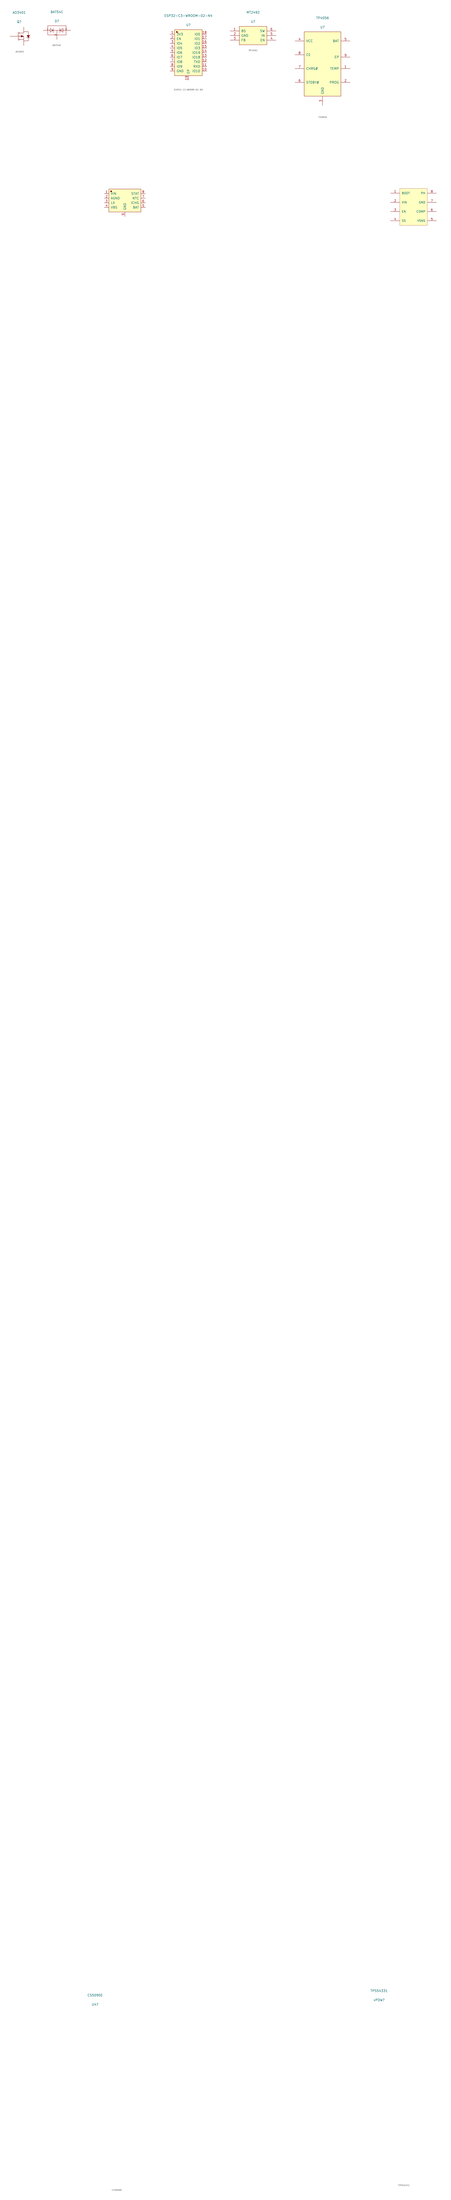
<source format=kicad_sym>
(kicad_symbol_lib
  (version 20231120)
  (generator "kicad_symbol_editor")
  (generator_version "8.0")
  (symbol "AO3401"
    (pin_numbers hide)
    (pin_names
      (offset 1.016) hide)
    (property "Reference" "Q"
      (at 0 8.001 0)
      (effects (font (size 1.27 1.27))))
    (property "Value" "AO3401"
      (at 0 13.081 0)
      (effects (font (size 1.27 1.27))))
    (symbol "AO3401_1_1"
      (polyline (pts (xy -2.54 0) (xy -0.508 0)) (stroke (width 0.152) (type solid)) (fill (type none)))
      (polyline (pts (xy -0.508 2.286) (xy -0.508 -2.286)) (stroke (width 0.152) (type solid)) (fill (type none)))
      (polyline (pts (xy 0 -2.286) (xy 0 -1.27)) (stroke (width 0.152) (type solid)) (fill (type none)))
      (polyline (pts (xy 0 -0.508) (xy 0 0.508)) (stroke (width 0.152) (type solid)) (fill (type none)))
      (polyline (pts (xy 0 2.286) (xy 0 1.27)) (stroke (width 0.152) (type solid)) (fill (type none)))
      (polyline (pts (xy 2.54 -1.778) (xy 0 -1.778)) (stroke (width 0.152) (type solid)) (fill (type none)))
      (polyline (pts (xy 2.54 0) (xy 1.016 -0.508) (xy 1.016 0.508) (xy 2.54 0)) (stroke (width 0.152) (type solid)) (fill (type outline)))
      (polyline (pts (xy 5.08 -0.762) (xy 4.318 0.508) (xy 5.842 0.508) (xy 5.08 -0.762)) (stroke (width 0.152) (type solid)) (fill (type outline)))
      (polyline (pts (xy 6.096 -0.762) (xy 5.588 -0.762) (xy 4.572 -0.762) (xy 4.064 -0.762)) (stroke (width 0.152) (type solid)) (fill (type none)))
      (polyline (pts (xy 0 0) (xy 2.54 0) (xy 2.54 -2.54) (xy 5.08 -2.54) (xy 5.08 -0.762)) (stroke (width 0.152) (type solid)) (fill (type none)))
      (polyline (pts (xy 0 1.778) (xy 2.54 1.778) (xy 2.54 2.54) (xy 5.08 2.54) (xy 5.08 0.508)) (stroke (width 0.152) (type solid)) (fill (type none)))
      (pin input line (at -5.08 0 0) (length 2.54) (name "G" (effects (font (size 1.27 1.27)))) (number "1" (effects (font (size 1.27 1.27)))))
      (pin input line (at 2.54 -5.08 90) (length 2.54) (name "S" (effects (font (size 1.27 1.27)))) (number "2" (effects (font (size 1.27 1.27)))))
      (pin input line (at 2.54 5.08 270) (length 2.54) (name "D" (effects (font (size 1.27 1.27)))) (number "3" (effects (font (size 1.27 1.27)))))))
  (symbol "BAT54C"
    (pin_names
      (offset 1.016) hide)
    (property "Reference" "D"
      (at 0 5.08 0)
      (effects (font (size 1.27 1.27))))
    (property "Value" "BAT54C"
      (at 0 10.16 0)
      (effects (font (size 1.27 1.27))))
    (symbol "BAT54C_1_1"
      (rectangle (start -5.08 2.54) (end 5.08 -2.54) (stroke (width 0.152) (type solid)) (fill (type none)))
      (polyline (pts (xy -2.54 0) (xy 2.54 0)) (stroke (width 0.152) (type solid)) (fill (type none)))
      (polyline (pts (xy -3.81 -1.016) (xy -3.81 1.016) (xy -2.032 0) (xy -3.81 -1.016)) (stroke (width 0.152) (type solid)) (fill (type none)))
      (polyline (pts (xy 3.429 1.016) (xy 3.429 -1.016) (xy 1.651 0) (xy 3.429 1.016)) (stroke (width 0.152) (type solid)) (fill (type none)))
      (polyline (pts (xy -2.032 0) (xy -2.032 -1.27) (xy -2.032 -1.27) (xy -2.032 1.27) (xy -2.032 1.27) (xy -2.032 0)) (stroke (width 0.152) (type solid)) (fill (type none)))
      (polyline (pts (xy 1.651 0) (xy 1.651 1.27) (xy 1.651 1.27) (xy 1.651 -1.27) (xy 1.651 -1.27) (xy 1.651 0)) (stroke (width 0.152) (type solid)) (fill (type none)))
      (pin input line (at -7.62 0 0) (length 5.08) (name "A" (effects (font (size 0.737 0.737)))) (number "1" (effects (font (size 0.737 0.737)))))
      (pin input line (at 7.62 0 180) (length 5.08) (name "A" (effects (font (size 0.737 0.737)))) (number "2" (effects (font (size 0.737 0.737)))))
      (pin input line (at 0 -5.08 90) (length 5.08) (name "C" (effects (font (size 0.737 0.737)))) (number "3" (effects (font (size 0.737 0.737)))))))
  (symbol "CS5090E"
    (pin_names
      (offset 1.016))
    (property "Reference" "U4"
      (at 0 -1005.84 0)
      (effects (font (size 1.27 1.27))))
    (property "Value" "CS5090E"
      (at 0 -1000.76 0)
      (effects (font (size 1.27 1.27))))
    (symbol "CS5090E_1_1"
      (rectangle (start 7.62 -1.27) (end 25.4 -13.97) (stroke (width 0.152) (type solid)) (fill (type background)))
      (circle (center 8.89 -2.54) (radius 0.381) (stroke (width 0.152) (type solid)) (fill (type outline)))
      (pin input line (at 5.08 -3.81 0) (length 2.54) (name "VIN" (effects (font (size 1.27 1.27)))) (number "1" (effects (font (size 1.27 1.27)))))
      (pin input line (at 5.08 -6.35 0) (length 2.54) (name "AGND" (effects (font (size 1.27 1.27)))) (number "2" (effects (font (size 1.27 1.27)))))
      (pin input line (at 5.08 -8.89 0) (length 2.54) (name "LX" (effects (font (size 1.27 1.27)))) (number "3" (effects (font (size 1.27 1.27)))))
      (pin input line (at 5.08 -11.43 0) (length 2.54) (name "VBS" (effects (font (size 1.27 1.27)))) (number "4" (effects (font (size 1.27 1.27)))))
      (pin input line (at 27.94 -11.43 180) (length 2.54) (name "BAT" (effects (font (size 1.27 1.27)))) (number "5" (effects (font (size 1.27 1.27)))))
      (pin input line (at 27.94 -8.89 180) (length 2.54) (name "ICHG" (effects (font (size 1.27 1.27)))) (number "6" (effects (font (size 1.27 1.27)))))
      (pin input line (at 27.94 -6.35 180) (length 2.54) (name "NTC" (effects (font (size 1.27 1.27)))) (number "7" (effects (font (size 1.27 1.27)))))
      (pin input line (at 27.94 -3.81 180) (length 2.54) (name "STAT" (effects (font (size 1.27 1.27)))) (number "8" (effects (font (size 1.27 1.27)))))
      (pin input line (at 16.51 -16.51 90) (length 2.54) (name "GND" (effects (font (size 1.27 1.27)))) (number "9" (effects (font (size 1.27 1.27)))))))
  (symbol "ESP32-C3-WROOM-02-N4"
    (pin_names
      (offset 1.016))
    (property "Reference" "U"
      (at 0 16.586 0)
      (effects (font (size 1.27 1.27))))
    (property "Value" "ESP32-C3-WROOM-02-N4"
      (at 0 21.666 0)
      (effects (font (size 1.27 1.27))))
    (symbol "ESP32-C3-WROOM-02-N4_1_1"
      (rectangle (start -7.62 13.97) (end 7.62 -11.43) (stroke (width 0.152) (type solid)) (fill (type background)))
      (circle (center -6.35 12.7) (radius 0.381) (stroke (width 0.152) (type solid)) (fill (type outline)))
      (pin input line (at -10.16 11.43 0) (length 2.54) (name "3V3" (effects (font (size 1.27 1.27)))) (number "1" (effects (font (size 1.27 1.27)))))
      (pin input line (at 10.16 -8.89 180) (length 2.54) (name "IO10" (effects (font (size 1.27 1.27)))) (number "10" (effects (font (size 1.27 1.27)))))
      (pin input line (at 10.16 -6.35 180) (length 2.54) (name "RXD" (effects (font (size 1.27 1.27)))) (number "11" (effects (font (size 1.27 1.27)))))
      (pin input line (at 10.16 -3.81 180) (length 2.54) (name "TXD" (effects (font (size 1.27 1.27)))) (number "12" (effects (font (size 1.27 1.27)))))
      (pin input line (at 10.16 -1.27 180) (length 2.54) (name "IO18" (effects (font (size 1.27 1.27)))) (number "13" (effects (font (size 1.27 1.27)))))
      (pin input line (at 10.16 1.27 180) (length 2.54) (name "IO19" (effects (font (size 1.27 1.27)))) (number "14" (effects (font (size 1.27 1.27)))))
      (pin input line (at 10.16 3.81 180) (length 2.54) (name "IO3" (effects (font (size 1.27 1.27)))) (number "15" (effects (font (size 1.27 1.27)))))
      (pin input line (at 10.16 6.35 180) (length 2.54) (name "IO2" (effects (font (size 1.27 1.27)))) (number "16" (effects (font (size 1.27 1.27)))))
      (pin input line (at 10.16 8.89 180) (length 2.54) (name "IO1" (effects (font (size 1.27 1.27)))) (number "17" (effects (font (size 1.27 1.27)))))
      (pin input line (at 10.16 11.43 180) (length 2.54) (name "IO0" (effects (font (size 1.27 1.27)))) (number "18" (effects (font (size 1.27 1.27)))))
      (pin input line (at 0 -13.97 90) (length 2.54) (name "EP" (effects (font (size 1.27 1.27)))) (number "19" (effects (font (size 1.27 1.27)))))
      (pin input line (at -10.16 8.89 0) (length 2.54) (name "EN" (effects (font (size 1.27 1.27)))) (number "2" (effects (font (size 1.27 1.27)))))
      (pin input line (at -10.16 6.35 0) (length 2.54) (name "IO4" (effects (font (size 1.27 1.27)))) (number "3" (effects (font (size 1.27 1.27)))))
      (pin input line (at -10.16 3.81 0) (length 2.54) (name "IO5" (effects (font (size 1.27 1.27)))) (number "4" (effects (font (size 1.27 1.27)))))
      (pin input line (at -10.16 1.27 0) (length 2.54) (name "IO6" (effects (font (size 1.27 1.27)))) (number "5" (effects (font (size 1.27 1.27)))))
      (pin input line (at -10.16 -1.27 0) (length 2.54) (name "IO7" (effects (font (size 1.27 1.27)))) (number "6" (effects (font (size 1.27 1.27)))))
      (pin input line (at -10.16 -3.81 0) (length 2.54) (name "IO8" (effects (font (size 1.27 1.27)))) (number "7" (effects (font (size 1.27 1.27)))))
      (pin input line (at -10.16 -6.35 0) (length 2.54) (name "IO9" (effects (font (size 1.27 1.27)))) (number "8" (effects (font (size 1.27 1.27)))))
      (pin input line (at -10.16 -8.89 0) (length 2.54) (name "GND" (effects (font (size 1.27 1.27)))) (number "9" (effects (font (size 1.27 1.27)))))))
  (symbol "MT2492"
    (pin_names
      (offset 1.016))
    (property "Reference" "U"
      (at 0 7.696 0)
      (effects (font (size 1.27 1.27))))
    (property "Value" "MT2492"
      (at 0 12.776 0)
      (effects (font (size 1.27 1.27))))
    (symbol "MT2492_1_1"
      (rectangle (start -7.62 5.08) (end 7.62 -5.08) (stroke (width 0.152) (type solid)) (fill (type background)))
      (pin input line (at -12.7 2.54 0) (length 5.08) (name "BS" (effects (font (size 1.27 1.27)))) (number "1" (effects (font (size 1.27 1.27)))))
      (pin input line (at -12.7 0 0) (length 5.08) (name "GND" (effects (font (size 1.27 1.27)))) (number "2" (effects (font (size 1.27 1.27)))))
      (pin input line (at -12.7 -2.54 0) (length 5.08) (name "FB" (effects (font (size 1.27 1.27)))) (number "3" (effects (font (size 1.27 1.27)))))
      (pin input line (at 12.7 -2.54 180) (length 5.08) (name "EN" (effects (font (size 1.27 1.27)))) (number "4" (effects (font (size 1.27 1.27)))))
      (pin input line (at 12.7 0 180) (length 5.08) (name "IN" (effects (font (size 1.27 1.27)))) (number "5" (effects (font (size 1.27 1.27)))))
      (pin input line (at 12.7 2.54 180) (length 5.08) (name "SW" (effects (font (size 1.27 1.27)))) (number "6" (effects (font (size 1.27 1.27)))))))
  (symbol "TP4056"
    (pin_names
      (offset 1.016))
    (property "Reference" "U"
      (at 0 22.86 0)
      (effects (font (size 1.27 1.27))))
    (property "Value" "TP4056"
      (at 0 27.94 0)
      (effects (font (size 1.27 1.27))))
    (symbol "TP4056_1_1"
      (rectangle (start -10.16 20.32) (end 10.16 -15.24) (stroke (width 0.152) (type solid)) (fill (type background)))
      (pin input line (at 15.24 0 180) (length 5.08) (name "TEMP" (effects (font (size 1.27 1.27)))) (number "1" (effects (font (size 1.27 1.27)))))
      (pin input line (at 15.24 -7.62 180) (length 5.08) (name "PROG" (effects (font (size 1.27 1.27)))) (number "2" (effects (font (size 1.27 1.27)))))
      (pin input line (at 0 -20.32 90) (length 5.08) (name "GND" (effects (font (size 1.27 1.27)))) (number "3" (effects (font (size 1.27 1.27)))))
      (pin input line (at -15.24 15.24 0) (length 5.08) (name "VCC" (effects (font (size 1.27 1.27)))) (number "4" (effects (font (size 1.27 1.27)))))
      (pin input line (at 15.24 15.24 180) (length 5.08) (name "BAT" (effects (font (size 1.27 1.27)))) (number "5" (effects (font (size 1.27 1.27)))))
      (pin input line (at -15.24 -7.62 0) (length 5.08) (name "STDBY#" (effects (font (size 1.27 1.27)))) (number "6" (effects (font (size 1.27 1.27)))))
      (pin input line (at -15.24 0 0) (length 5.08) (name "CHRG#" (effects (font (size 1.27 1.27)))) (number "7" (effects (font (size 1.27 1.27)))))
      (pin input line (at -15.24 7.62 0) (length 5.08) (name "CE" (effects (font (size 1.27 1.27)))) (number "8" (effects (font (size 1.27 1.27)))))
      (pin input line (at 15.24 6.35 180) (length 5.08) (name "EP" (effects (font (size 1.27 1.27)))) (number "9" (effects (font (size 1.27 1.27)))))))
  (symbol "TPS54331"
    (pin_names
      (offset 1.016))
    (property "Reference" "vPOW"
      (at 0 -1003.3 0)
      (effects (font (size 1.27 1.27))))
    (property "Value" "TPS54331"
      (at 0 -998.22 0)
      (effects (font (size 1.27 1.27))))
    (symbol "TPS54331_1_1"
      (rectangle (start 11.43 -2.54) (end 26.67 -22.86) (stroke (width 0.076) (type solid)) (fill (type background)))
      (pin input line (at 6.35 -5.08 0) (length 5.08) (name "BOOT" (effects (font (size 1.168 1.168)))) (number "1" (effects (font (size 1.168 1.168)))))
      (pin input line (at 6.35 -10.16 0) (length 5.08) (name "VIN" (effects (font (size 1.168 1.168)))) (number "2" (effects (font (size 1.168 1.168)))))
      (pin input line (at 6.35 -15.24 0) (length 5.08) (name "EN" (effects (font (size 1.168 1.168)))) (number "3" (effects (font (size 1.168 1.168)))))
      (pin input line (at 6.35 -20.32 0) (length 5.08) (name "SS" (effects (font (size 1.168 1.168)))) (number "4" (effects (font (size 1.168 1.168)))))
      (pin input line (at 31.75 -20.32 180) (length 5.08) (name "VSNS" (effects (font (size 1.168 1.168)))) (number "5" (effects (font (size 1.168 1.168)))))
      (pin input line (at 31.75 -15.24 180) (length 5.08) (name "COMP" (effects (font (size 1.168 1.168)))) (number "6" (effects (font (size 1.168 1.168)))))
      (pin input line (at 31.75 -10.16 180) (length 5.08) (name "GND" (effects (font (size 1.168 1.168)))) (number "7" (effects (font (size 1.168 1.168)))))
      (pin input line (at 31.75 -5.08 180) (length 5.08) (name "PH" (effects (font (size 1.168 1.168)))) (number "8" (effects (font (size 1.168 1.168))))))))
</source>
